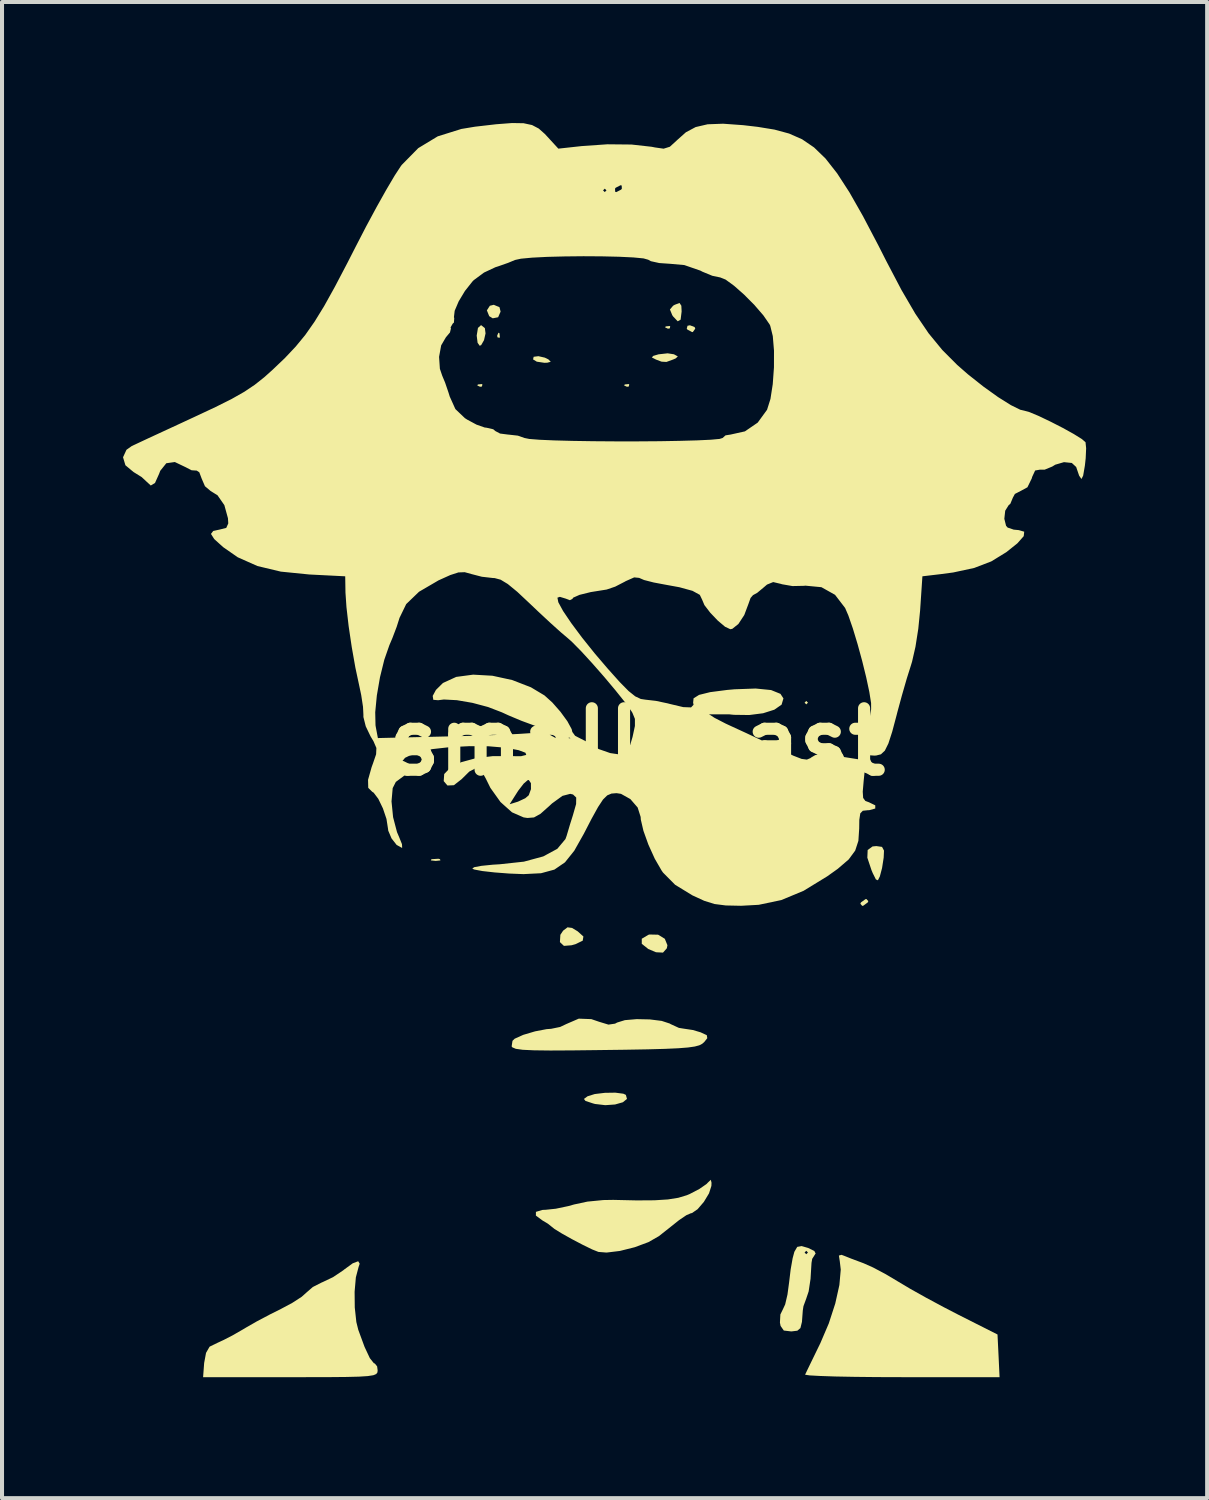
<source format=kicad_pcb>
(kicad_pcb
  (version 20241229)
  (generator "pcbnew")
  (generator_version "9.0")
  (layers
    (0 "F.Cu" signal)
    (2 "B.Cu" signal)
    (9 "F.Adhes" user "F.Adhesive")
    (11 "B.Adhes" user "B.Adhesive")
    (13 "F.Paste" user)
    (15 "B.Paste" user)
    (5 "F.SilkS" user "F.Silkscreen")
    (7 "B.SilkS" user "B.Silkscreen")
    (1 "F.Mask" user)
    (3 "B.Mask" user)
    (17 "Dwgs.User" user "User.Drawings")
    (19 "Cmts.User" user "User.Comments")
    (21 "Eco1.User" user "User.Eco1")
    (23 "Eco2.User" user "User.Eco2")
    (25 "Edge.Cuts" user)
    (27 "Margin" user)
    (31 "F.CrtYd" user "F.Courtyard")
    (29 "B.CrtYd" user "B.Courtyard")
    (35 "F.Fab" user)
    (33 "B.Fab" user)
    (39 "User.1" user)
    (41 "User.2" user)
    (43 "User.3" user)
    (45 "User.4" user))
  (footprint "small_East"
    (layer "F.Cu")
    (at 12.747 15.343)
    (property "Reference" "small_East" (at 0 0 0) (layer "F.SilkS") (effects (font (size 1.524 1.524) (thickness 0.3))))
    (attr board_only exclude_from_pos_files exclude_from_bom)
    (fp_poly (pts (xy 4.233 -0.974) (xy 4.191 -0.931) (xy 4.149 -0.974) (xy 4.191 -1.016)) (stroke (width 0) (type solid)) (fill yes) (layer "F.SilkS"))
    (fp_poly (pts (xy -4.889 2.907) (xy -4.879 2.938) (xy -4.995 2.95) (xy -5.116 2.937) (xy -5.101 2.907) (xy -4.928 2.896)) (stroke (width 0) (type solid)) (fill yes) (layer "F.SilkS"))
    (fp_poly (pts (xy -3.838 -8.862) (xy -3.85 -8.811) (xy -3.895 -8.805) (xy -3.964 -8.836) (xy -3.951 -8.862) (xy -3.851 -8.872)) (stroke (width 0) (type solid)) (fill yes) (layer "F.SilkS"))
    (fp_poly (pts (xy -3.415 -10.132) (xy -3.405 -10.031) (xy -3.415 -10.019) (xy -3.465 -10.031) (xy -3.471 -10.075) (xy -3.44 -10.145)) (stroke (width 0) (type solid)) (fill yes) (layer "F.SilkS"))
    (fp_poly (pts (xy -0.198 -8.862) (xy -0.209 -8.811) (xy -0.254 -8.805) (xy -0.324 -8.836) (xy -0.31 -8.862) (xy -0.21 -8.872)) (stroke (width 0) (type solid)) (fill yes) (layer "F.SilkS"))
    (fp_poly (pts (xy 0.818 -10.301) (xy 0.807 -10.251) (xy 0.762 -10.245) (xy 0.692 -10.276) (xy 0.706 -10.301) (xy 0.806 -10.311)) (stroke (width 0) (type solid)) (fill yes) (layer "F.SilkS"))
    (fp_poly (pts (xy -3.414 -10.777) (xy -3.387 -10.668) (xy -3.448 -10.528) (xy -3.582 -10.502) (xy -3.669 -10.555) (xy -3.727 -10.699) (xy -3.653 -10.813) (xy -3.556 -10.837)) (stroke (width 0) (type solid)) (fill yes) (layer "F.SilkS"))
    (fp_poly (pts (xy 1.423 -10.285) (xy 1.439 -10.245) (xy 1.379 -10.162) (xy 1.36 -10.16) (xy 1.245 -10.222) (xy 1.228 -10.245) (xy 1.247 -10.317) (xy 1.307 -10.329)) (stroke (width 0) (type solid)) (fill yes) (layer "F.SilkS"))
    (fp_poly (pts (xy 5.729 3.947) (xy 5.715 3.979) (xy 5.603 4.061) (xy 5.578 4.064) (xy 5.532 4.012) (xy 5.546 3.979) (xy 5.658 3.898) (xy 5.683 3.895)) (stroke (width 0) (type solid)) (fill yes) (layer "F.SilkS"))
    (fp_poly (pts (xy -2.291 -9.527) (xy -2.201 -9.483) (xy -2.143 -9.424) (xy -2.231 -9.401) (xy -2.302 -9.399) (xy -2.49 -9.427) (xy -2.582 -9.483) (xy -2.567 -9.548) (xy -2.45 -9.563)) (stroke (width 0) (type solid)) (fill yes) (layer "F.SilkS"))
    (fp_poly (pts (xy -3.777 -10.259) (xy -3.76 -10.128) (xy -3.798 -9.96) (xy -3.868 -9.838) (xy -3.905 -9.821) (xy -3.957 -9.895) (xy -3.979 -10.072) (xy -3.979 -10.075) (xy -3.948 -10.264) (xy -3.871 -10.333)) (stroke (width 0) (type solid)) (fill yes) (layer "F.SilkS"))
    (fp_poly (pts (xy 1.094 -10.814) (xy 1.101 -10.671) (xy 1.076 -10.468) (xy 1.004 -10.428) (xy 0.888 -10.55) (xy 0.868 -10.581) (xy 0.811 -10.721) (xy 0.89 -10.814) (xy 0.932 -10.838) (xy 1.049 -10.882)) (stroke (width 0) (type solid)) (fill yes) (layer "F.SilkS"))
    (fp_poly (pts (xy 0.519 4.779) (xy 0.684 4.88) (xy 0.749 5.04) (xy 0.734 5.116) (xy 0.639 5.223) (xy 0.466 5.214) (xy 0.275 5.134) (xy 0.113 5.005) (xy 0.113 4.879) (xy 0.274 4.783) (xy 0.303 4.774)) (stroke (width 0) (type solid)) (fill yes) (layer "F.SilkS"))
    (fp_poly (pts (xy 0.91 -9.61) (xy 1.007 -9.557) (xy 0.954 -9.508) (xy 0.889 -9.48) (xy 0.724 -9.42) (xy 0.603 -9.427) (xy 0.466 -9.479) (xy 0.362 -9.532) (xy 0.399 -9.571) (xy 0.529 -9.609) (xy 0.754 -9.634)) (stroke (width 0) (type solid)) (fill yes) (layer "F.SilkS"))
    (fp_poly (pts (xy -1.616 4.611) (xy -1.478 4.694) (xy -1.334 4.823) (xy -1.351 4.927) (xy -1.531 5.014) (xy -1.629 5.041) (xy -1.817 5.056) (xy -1.911 4.968) (xy -1.916 4.955) (xy -1.905 4.781) (xy -1.837 4.679) (xy -1.728 4.596)) (stroke (width 0) (type solid)) (fill yes) (layer "F.SilkS"))
    (fp_poly (pts (xy 6.069 2.602) (xy 6.118 2.694) (xy 6.11 2.869) (xy 6.07 3.126) (xy 6.015 3.335) (xy 5.967 3.43) (xy 5.917 3.409) (xy 5.839 3.253) (xy 5.808 3.179) (xy 5.705 2.87) (xy 5.713 2.679) (xy 5.834 2.591) (xy 5.928 2.582)) (stroke (width 0) (type solid)) (fill yes) (layer "F.SilkS"))
    (fp_poly (pts (xy -0.343 8.721) (xy -0.281 8.75) (xy -0.254 8.85) (xy -0.356 8.933) (xy -0.549 8.988) (xy -0.792 9.005) (xy -1.047 8.975) (xy -1.098 8.961) (xy -1.282 8.9) (xy -1.321 8.851) (xy -1.236 8.788) (xy -1.229 8.784) (xy -1.052 8.729) (xy -0.801 8.699) (xy -0.542 8.695)) (stroke (width 0) (type solid)) (fill yes) (layer "F.SilkS"))
    (fp_poly (pts (xy 5.13 12.739) (xy 5.315 12.813) (xy 5.564 12.906) (xy 5.612 12.924) (xy 5.848 13.029) (xy 6.157 13.193) (xy 6.471 13.38) (xy 6.768 13.557) (xy 7.162 13.778) (xy 7.6 14.013) (xy 7.971 14.205) (xy 8.932 14.69) (xy 8.958 15.219) (xy 8.983 15.748) (xy 6.559 15.748) (xy 5.939 15.746) (xy 5.38 15.74) (xy 4.903 15.731) (xy 4.527 15.718) (xy 4.274 15.704) (xy 4.165 15.688) (xy 4.163 15.684) (xy 4.21 15.585) (xy 4.314 15.37) (xy 4.456 15.078) (xy 4.542 14.901) (xy 4.75 14.414) (xy 4.91 13.921) (xy 5.012 13.463) (xy 5.046 13.081) (xy 5.022 12.876) (xy 5 12.733) (xy 5.065 12.715)) (stroke (width 0) (type solid)) (fill yes) (layer "F.SilkS"))
    (fp_poly (pts (xy 4.238 12.545) (xy 4.391 12.62) (xy 4.424 12.685) (xy 4.415 12.693) (xy 4.338 12.815) (xy 4.321 12.914) (xy 4.297 13.311) (xy 4.25 13.622) (xy 4.189 13.804) (xy 4.121 13.989) (xy 4.105 14.095) (xy 4.084 14.377) (xy 4.046 14.531) (xy 3.97 14.596) (xy 3.833 14.613) (xy 3.818 14.614) (xy 3.634 14.592) (xy 3.555 14.479) (xy 3.538 14.396) (xy 3.549 14.193) (xy 3.608 14.073) (xy 3.668 13.944) (xy 3.725 13.699) (xy 3.765 13.402) (xy 3.804 13.078) (xy 3.853 12.8) (xy 3.891 12.658) (xy 4.149 12.658) (xy 4.191 12.7) (xy 4.233 12.658) (xy 4.191 12.615) (xy 4.149 12.658) (xy 3.891 12.658) (xy 3.896 12.64) (xy 3.967 12.518) (xy 4.076 12.498)) (stroke (width 0) (type solid)) (fill yes) (layer "F.SilkS"))
    (fp_poly (pts (xy -1.137 6.872) (xy -0.943 6.938) (xy -0.713 7.008) (xy -0.549 6.984) (xy -0.499 6.957) (xy -0.305 6.897) (xy -0.013 6.872) (xy 0.312 6.879) (xy 0.607 6.916) (xy 0.808 6.982) (xy 0.824 6.993) (xy 1.033 7.089) (xy 1.159 7.109) (xy 1.38 7.142) (xy 1.572 7.199) (xy 1.725 7.27) (xy 1.737 7.344) (xy 1.664 7.437) (xy 1.612 7.483) (xy 1.539 7.521) (xy 1.427 7.551) (xy 1.259 7.575) (xy 1.019 7.594) (xy 0.689 7.609) (xy 0.252 7.621) (xy -0.308 7.631) (xy -1.008 7.64) (xy -1.598 7.647) (xy -2.153 7.65) (xy -2.56 7.645) (xy -2.838 7.632) (xy -3.01 7.608) (xy -3.096 7.571) (xy -3.113 7.548) (xy -3.092 7.41) (xy -3.039 7.358) (xy -2.826 7.262) (xy -2.532 7.175) (xy -2.245 7.12) (xy -2.135 7.112) (xy -1.911 7.066) (xy -1.754 6.992) (xy -1.449 6.86)) (stroke (width 0) (type solid)) (fill yes) (layer "F.SilkS"))
    (fp_poly (pts (xy 1.842 10.927) (xy 1.839 11.007) (xy 1.78 11.191) (xy 1.652 11.403) (xy 1.497 11.584) (xy 1.357 11.68) (xy 1.332 11.684) (xy 1.218 11.733) (xy 1.042 11.852) (xy 1.014 11.874) (xy 0.768 12.07) (xy 0.536 12.253) (xy 0.279 12.4) (xy -0.063 12.527) (xy -0.43 12.619) (xy -0.76 12.659) (xy -0.962 12.643) (xy -1.117 12.581) (xy -1.352 12.466) (xy -1.619 12.326) (xy -1.869 12.186) (xy -2.052 12.073) (xy -2.117 12.021) (xy -2.218 11.941) (xy -2.349 11.863) (xy -2.512 11.742) (xy -2.511 11.65) (xy -2.351 11.602) (xy -2.265 11.598) (xy -2.018 11.572) (xy -1.708 11.507) (xy -1.566 11.467) (xy -1.235 11.396) (xy -0.839 11.357) (xy -0.593 11.353) (xy -0.013 11.366) (xy 0.429 11.363) (xy 0.762 11.342) (xy 1.019 11.301) (xy 1.228 11.238) (xy 1.3 11.208) (xy 1.538 11.084) (xy 1.716 10.961) (xy 1.752 10.924) (xy 1.824 10.855)) (stroke (width 0) (type solid)) (fill yes) (layer "F.SilkS"))
    (fp_poly (pts (xy -6.88 12.935) (xy -6.908 13.018) (xy -6.975 13.274) (xy -7.006 13.63) (xy -7.002 14.021) (xy -6.963 14.381) (xy -6.915 14.574) (xy -6.759 14.998) (xy -6.628 15.277) (xy -6.528 15.403) (xy -6.506 15.409) (xy -6.448 15.48) (xy -6.435 15.579) (xy -6.44 15.63) (xy -6.47 15.67) (xy -6.543 15.7) (xy -6.678 15.721) (xy -6.895 15.735) (xy -7.214 15.743) (xy -7.653 15.747) (xy -8.232 15.748) (xy -8.599 15.748) (xy -10.762 15.748) (xy -10.736 15.397) (xy -10.689 15.145) (xy -10.602 14.994) (xy -10.583 14.983) (xy -10.41 14.899) (xy -10.245 14.822) (xy -10.039 14.716) (xy -9.781 14.568) (xy -9.694 14.516) (xy -9.432 14.366) (xy -9.097 14.189) (xy -8.833 14.057) (xy -8.549 13.905) (xy -8.319 13.756) (xy -8.198 13.648) (xy -8.041 13.512) (xy -7.816 13.398) (xy -7.804 13.394) (xy -7.542 13.269) (xy -7.285 13.097) (xy -7.269 13.083) (xy -7.052 12.925) (xy -6.917 12.874)) (stroke (width 0) (type solid)) (fill yes) (layer "F.SilkS"))
    (fp_poly (pts (xy -2.817 -15.338) (xy -2.607 -15.293) (xy -2.441 -15.206) (xy -2.289 -15.071) (xy -2.238 -15.016) (xy -1.955 -14.708) (xy -1.38 -14.771) (xy -0.739 -14.816) (xy -0.141 -14.81) (xy 0.36 -14.754) (xy 0.439 -14.738) (xy 0.655 -14.707) (xy 0.809 -14.755) (xy 0.979 -14.91) (xy 0.989 -14.92) (xy 1.207 -15.114) (xy 1.449 -15.243) (xy 1.746 -15.312) (xy 2.129 -15.326) (xy 2.627 -15.29) (xy 2.987 -15.248) (xy 3.404 -15.18) (xy 3.766 -15.082) (xy 4.088 -14.94) (xy 4.384 -14.738) (xy 4.669 -14.462) (xy 4.956 -14.096) (xy 5.26 -13.627) (xy 5.595 -13.038) (xy 5.975 -12.315) (xy 6.177 -11.917) (xy 6.553 -11.201) (xy 6.895 -10.615) (xy 7.224 -10.13) (xy 7.563 -9.717) (xy 7.932 -9.347) (xy 8.197 -9.115) (xy 8.582 -8.81) (xy 8.946 -8.549) (xy 9.261 -8.351) (xy 9.496 -8.235) (xy 9.592 -8.213) (xy 9.728 -8.175) (xy 9.961 -8.077) (xy 10.249 -7.939) (xy 10.55 -7.785) (xy 10.822 -7.634) (xy 11.024 -7.508) (xy 11.114 -7.43) (xy 11.114 -7.429) (xy 11.129 -7.281) (xy 11.118 -7.031) (xy 11.098 -6.85) (xy 11.055 -6.601) (xy 11.013 -6.518) (xy 10.956 -6.6) (xy 10.882 -6.816) (xy 10.774 -6.916) (xy 10.58 -6.936) (xy 10.364 -6.873) (xy 10.289 -6.827) (xy 10.102 -6.75) (xy 9.985 -6.75) (xy 9.865 -6.729) (xy 9.791 -6.57) (xy 9.782 -6.535) (xy 9.674 -6.313) (xy 9.52 -6.229) (xy 9.363 -6.148) (xy 9.313 -6.056) (xy 9.25 -5.904) (xy 9.207 -5.867) (xy 9.123 -5.732) (xy 9.101 -5.532) (xy 9.144 -5.358) (xy 9.183 -5.314) (xy 9.334 -5.263) (xy 9.459 -5.251) (xy 9.594 -5.212) (xy 9.582 -5.101) (xy 9.424 -4.923) (xy 9.15 -4.704) (xy 8.777 -4.475) (xy 8.354 -4.313) (xy 7.834 -4.201) (xy 7.535 -4.161) (xy 7.07 -4.106) (xy 7.013 -3.257) (xy 6.968 -2.805) (xy 6.898 -2.359) (xy 6.814 -1.991) (xy 6.787 -1.902) (xy 6.682 -1.569) (xy 6.562 -1.153) (xy 6.449 -0.737) (xy 6.435 -0.681) (xy 6.321 -0.252) (xy 6.227 0.038) (xy 6.139 0.216) (xy 6.042 0.307) (xy 5.923 0.337) (xy 5.877 0.339) (xy 5.762 0.331) (xy 5.703 0.283) (xy 5.689 0.155) (xy 5.708 -0.091) (xy 5.717 -0.191) (xy 5.75 -0.483) (xy 5.78 -0.711) (xy 5.799 -0.812) (xy 5.798 -0.965) (xy 5.754 -1.24) (xy 5.677 -1.601) (xy 5.577 -2.008) (xy 5.463 -2.425) (xy 5.346 -2.812) (xy 5.235 -3.133) (xy 5.154 -3.321) (xy 4.904 -3.647) (xy 4.567 -3.836) (xy 4.17 -3.874) (xy 4.134 -3.87) (xy 3.849 -3.864) (xy 3.589 -3.909) (xy 3.566 -3.917) (xy 3.371 -3.963) (xy 3.218 -3.901) (xy 3.128 -3.824) (xy 2.974 -3.696) (xy 2.874 -3.641) (xy 2.872 -3.641) (xy 2.81 -3.569) (xy 2.757 -3.42) (xy 2.654 -3.146) (xy 2.509 -2.925) (xy 2.358 -2.804) (xy 2.309 -2.794) (xy 2.178 -2.855) (xy 1.997 -3.008) (xy 1.811 -3.203) (xy 1.666 -3.392) (xy 1.609 -3.527) (xy 1.552 -3.646) (xy 1.37 -3.746) (xy 1.046 -3.835) (xy 0.711 -3.896) (xy 0.408 -3.953) (xy 0.17 -4.014) (xy 0.05 -4.066) (xy 0.049 -4.067) (xy -0.075 -4.079) (xy -0.283 -3.987) (xy -0.309 -3.972) (xy -0.545 -3.85) (xy -0.757 -3.778) (xy -0.781 -3.774) (xy -1.151 -3.715) (xy -1.43 -3.646) (xy -1.586 -3.577) (xy -1.609 -3.544) (xy -1.669 -3.514) (xy -1.773 -3.553) (xy -1.918 -3.597) (xy -1.978 -3.576) (xy -1.956 -3.463) (xy -1.838 -3.246) (xy -1.636 -2.947) (xy -1.368 -2.587) (xy -1.048 -2.188) (xy -0.731 -1.817) (xy -0.432 -1.483) (xy -0.213 -1.261) (xy -0.048 -1.129) (xy 0.089 -1.065) (xy 0.2 -1.048) (xy 0.462 -1.018) (xy 0.76 -0.955) (xy 0.804 -0.943) (xy 1.141 -0.863) (xy 1.335 -0.856) (xy 1.397 -0.922) (xy 1.386 -0.972) (xy 1.397 -1.081) (xy 1.533 -1.166) (xy 1.807 -1.234) (xy 2.231 -1.289) (xy 2.413 -1.305) (xy 2.937 -1.324) (xy 3.319 -1.286) (xy 3.551 -1.192) (xy 3.625 -1.079) (xy 3.579 -0.924) (xy 3.399 -0.799) (xy 3.121 -0.711) (xy 2.777 -0.667) (xy 2.403 -0.672) (xy 2.032 -0.735) (xy 1.968 -0.753) (xy 1.759 -0.8) (xy 1.688 -0.782) (xy 1.745 -0.71) (xy 1.917 -0.597) (xy 2.194 -0.454) (xy 2.306 -0.402) (xy 2.704 -0.219) (xy 3.154 -0.006) (xy 3.551 0.188) (xy 3.87 0.341) (xy 4.076 0.421) (xy 4.206 0.438) (xy 4.295 0.401) (xy 4.314 0.385) (xy 4.414 0.326) (xy 4.566 0.308) (xy 4.813 0.328) (xy 5.056 0.363) (xy 5.666 0.46) (xy 5.615 0.954) (xy 5.591 1.233) (xy 5.601 1.388) (xy 5.656 1.463) (xy 5.745 1.496) (xy 5.902 1.572) (xy 5.901 1.651) (xy 5.747 1.693) (xy 5.715 1.693) (xy 5.593 1.706) (xy 5.53 1.771) (xy 5.506 1.932) (xy 5.503 2.148) (xy 5.483 2.452) (xy 5.404 2.694) (xy 5.243 2.913) (xy 4.973 3.145) (xy 4.712 3.331) (xy 4.124 3.691) (xy 3.573 3.92) (xy 3.012 4.038) (xy 2.575 4.062) (xy 2.196 4.054) (xy 1.915 4.018) (xy 1.66 3.938) (xy 1.367 3.803) (xy 0.939 3.541) (xy 0.64 3.239) (xy 0.605 3.189) (xy 0.435 2.895) (xy 0.277 2.546) (xy 0.154 2.203) (xy 0.089 1.924) (xy 0.085 1.859) (xy 0.011 1.626) (xy -0.17 1.417) (xy -0.402 1.287) (xy -0.512 1.27) (xy -0.637 1.28) (xy -0.742 1.324) (xy -0.848 1.428) (xy -0.971 1.615) (xy -1.133 1.908) (xy -1.327 2.283) (xy -1.561 2.698) (xy -1.791 2.985) (xy -2.053 3.165) (xy -2.384 3.255) (xy -2.821 3.277) (xy -3.172 3.263) (xy -3.537 3.235) (xy -3.838 3.201) (xy -4.036 3.164) (xy -4.089 3.142) (xy -4.044 3.106) (xy -3.863 3.072) (xy -3.577 3.043) (xy -3.41 3.033) (xy -2.809 2.968) (xy -2.329 2.838) (xy -1.981 2.65) (xy -1.779 2.408) (xy -1.75 2.328) (xy -1.667 2.048) (xy -1.595 1.82) (xy -1.515 1.54) (xy -1.512 1.379) (xy -1.591 1.303) (xy -1.661 1.287) (xy -1.853 1.337) (xy -2.112 1.525) (xy -2.184 1.592) (xy -2.399 1.783) (xy -2.559 1.872) (xy -2.722 1.885) (xy -2.816 1.871) (xy -3.104 1.745) (xy -3.328 1.545) (xy -3.163 1.545) (xy -2.957 1.481) (xy -2.775 1.396) (xy -2.689 1.322) (xy -2.634 1.171) (xy -2.635 1.022) (xy -2.687 0.945) (xy -2.714 0.947) (xy -2.813 1.032) (xy -2.948 1.207) (xy -2.983 1.261) (xy -3.163 1.545) (xy -3.328 1.545) (xy -3.39 1.489) (xy -3.64 1.139) (xy -3.755 0.906) (xy -3.868 0.704) (xy -3.996 0.647) (xy -4.163 0.735) (xy -4.353 0.923) (xy -4.545 1.073) (xy -4.705 1.08) (xy -4.797 0.971) (xy -4.785 0.796) (xy -4.631 0.636) (xy -4.362 0.502) (xy -4.003 0.404) (xy -3.581 0.352) (xy -3.168 0.352) (xy -2.881 0.354) (xy -2.751 0.322) (xy -2.771 0.268) (xy -2.938 0.205) (xy -3.243 0.146) (xy -3.267 0.143) (xy -3.684 0.108) (xy -4.159 0.105) (xy -4.642 0.129) (xy -5.08 0.178) (xy -5.424 0.249) (xy -5.533 0.286) (xy -5.756 0.394) (xy -5.829 0.484) (xy -5.765 0.584) (xy -5.694 0.641) (xy -5.605 0.723) (xy -5.646 0.782) (xy -5.776 0.837) (xy -5.984 0.991) (xy -6.062 1.145) (xy -6.091 1.474) (xy -6.052 1.866) (xy -5.955 2.236) (xy -5.902 2.36) (xy -5.832 2.534) (xy -5.827 2.622) (xy -5.835 2.625) (xy -5.963 2.555) (xy -6.091 2.391) (xy -6.172 2.2) (xy -6.181 2.133) (xy -6.216 1.909) (xy -6.304 1.648) (xy -6.418 1.412) (xy -6.533 1.259) (xy -6.568 1.237) (xy -6.668 1.138) (xy -6.673 0.939) (xy -6.584 0.624) (xy -6.552 0.537) (xy -6.473 0.306) (xy -6.466 0.15) (xy -6.538 -0.017) (xy -6.611 -0.139) (xy -6.73 -0.387) (xy -6.788 -0.618) (xy -6.788 -0.673) (xy -6.791 -0.736) (xy -6.495 -0.736) (xy -6.488 -0.415) (xy -6.482 -0.376) (xy -6.429 -0.096) (xy -4.421 -0.143) (xy -3.853 -0.159) (xy -3.342 -0.178) (xy -2.911 -0.2) (xy -2.585 -0.222) (xy -2.388 -0.243) (xy -2.342 -0.255) (xy -2.347 -0.269) (xy -2.197 -0.269) (xy -2.162 -0.175) (xy -2.044 -0.109) (xy -1.879 -0.088) (xy -1.651 -0.092) (xy -1.905 -0.203) (xy -2.117 -0.282) (xy -2.197 -0.269) (xy -2.347 -0.269) (xy -2.367 -0.317) (xy -2.517 -0.396) (xy -2.596 -0.423) (xy -2.865 -0.522) (xy -3.19 -0.658) (xy -3.358 -0.735) (xy -3.696 -0.865) (xy -4.086 -0.969) (xy -4.471 -1.035) (xy -4.793 -1.052) (xy -4.935 -1.034) (xy -5.055 -1.044) (xy -5.07 -1.141) (xy -4.99 -1.289) (xy -4.827 -1.451) (xy -4.808 -1.465) (xy -4.487 -1.612) (xy -4.067 -1.668) (xy -3.59 -1.641) (xy -3.098 -1.534) (xy -2.634 -1.354) (xy -2.299 -1.153) (xy -2.105 -0.978) (xy -1.903 -0.748) (xy -1.731 -0.512) (xy -1.625 -0.317) (xy -1.609 -0.248) (xy -1.54 -0.153) (xy -1.46 -0.111) (xy -1.263 -0.011) (xy -1.185 0.044) (xy -0.957 0.176) (xy -0.671 0.276) (xy -0.417 0.314) (xy -0.386 0.312) (xy -0.267 0.251) (xy -0.173 0.071) (xy -0.115 -0.126) (xy -0.057 -0.395) (xy -0.057 -0.571) (xy -0.118 -0.72) (xy -0.143 -0.761) (xy -0.303 -0.984) (xy -0.54 -1.28) (xy -0.821 -1.615) (xy -1.115 -1.95) (xy -1.39 -2.25) (xy -1.613 -2.476) (xy -1.716 -2.568) (xy -1.893 -2.718) (xy -2.151 -2.95) (xy -2.45 -3.228) (xy -2.655 -3.423) (xy -2.974 -3.722) (xy -3.209 -3.915) (xy -3.386 -4.022) (xy -3.535 -4.062) (xy -3.58 -4.064) (xy -3.852 -4.095) (xy -4.114 -4.163) (xy -4.276 -4.208) (xy -4.433 -4.202) (xy -4.634 -4.137) (xy -4.933 -4.002) (xy -4.933 -4.001) (xy -5.409 -3.723) (xy -5.727 -3.417) (xy -5.894 -3.073) (xy -5.899 -3.055) (xy -5.963 -2.854) (xy -6.069 -2.575) (xy -6.145 -2.396) (xy -6.27 -2.037) (xy -6.377 -1.603) (xy -6.455 -1.151) (xy -6.495 -0.736) (xy -6.791 -0.736) (xy -6.798 -0.872) (xy -6.842 -1.161) (xy -6.892 -1.397) (xy -6.987 -1.842) (xy -7.077 -2.352) (xy -7.154 -2.871) (xy -7.208 -3.342) (xy -7.233 -3.709) (xy -7.233 -3.725) (xy -7.239 -4.106) (xy -8.128 -4.151) (xy -8.835 -4.222) (xy -9.416 -4.361) (xy -9.904 -4.578) (xy -10.266 -4.83) (xy -10.487 -5.03) (xy -10.567 -5.157) (xy -10.511 -5.23) (xy -10.351 -5.265) (xy -10.188 -5.306) (xy -10.138 -5.417) (xy -10.146 -5.546) (xy -10.235 -5.87) (xy -10.405 -6.115) (xy -10.575 -6.22) (xy -10.716 -6.339) (xy -10.796 -6.524) (xy -10.856 -6.684) (xy -10.925 -6.729) (xy -10.929 -6.727) (xy -11.048 -6.735) (xy -11.195 -6.811) (xy -11.463 -6.939) (xy -11.674 -6.909) (xy -11.824 -6.722) (xy -11.853 -6.646) (xy -11.955 -6.419) (xy -12.059 -6.357) (xy -12.167 -6.456) (xy -12.285 -6.566) (xy -12.48 -6.687) (xy -12.488 -6.692) (xy -12.688 -6.859) (xy -12.747 -7.057) (xy -12.662 -7.242) (xy -12.531 -7.335) (xy -12.386 -7.403) (xy -12.117 -7.529) (xy -11.754 -7.697) (xy -11.328 -7.894) (xy -10.975 -8.058) (xy -10.452 -8.303) (xy -10.051 -8.504) (xy -9.739 -8.681) (xy -9.48 -8.855) (xy -9.241 -9.045) (xy -9.036 -9.229) (xy -8.731 -9.52) (xy -8.707 -9.546) (xy -4.912 -9.546) (xy -4.892 -9.25) (xy -4.834 -9.079) (xy -4.763 -8.909) (xy -4.677 -8.657) (xy -4.648 -8.563) (xy -4.508 -8.252) (xy -4.272 -8.027) (xy -4.218 -7.992) (xy -3.984 -7.866) (xy -3.782 -7.795) (xy -3.732 -7.789) (xy -3.569 -7.751) (xy -3.514 -7.705) (xy -3.4 -7.645) (xy -3.198 -7.619) (xy -3.191 -7.619) (xy -2.959 -7.593) (xy -2.794 -7.535) (xy -2.676 -7.511) (xy -2.421 -7.491) (xy -2.055 -7.475) (xy -1.602 -7.463) (xy -1.088 -7.455) (xy -0.54 -7.451) (xy 0.017 -7.451) (xy 0.558 -7.455) (xy 1.056 -7.464) (xy 1.487 -7.476) (xy 1.825 -7.492) (xy 2.043 -7.512) (xy 2.117 -7.535) (xy 2.189 -7.6) (xy 2.315 -7.62) (xy 2.67 -7.699) (xy 2.987 -7.916) (xy 3.219 -8.235) (xy 3.303 -8.502) (xy 3.36 -8.87) (xy 3.39 -9.286) (xy 3.391 -9.7) (xy 3.361 -10.061) (xy 3.298 -10.317) (xy 3.281 -10.352) (xy 3.127 -10.575) (xy 2.905 -10.832) (xy 2.652 -11.087) (xy 2.402 -11.308) (xy 2.191 -11.462) (xy 2.058 -11.515) (xy 1.862 -11.556) (xy 1.617 -11.657) (xy 1.566 -11.684) (xy 1.167 -11.822) (xy 0.819 -11.853) (xy 0.546 -11.872) (xy 0.338 -11.918) (xy 0.271 -11.955) (xy 0.156 -11.987) (xy -0.095 -12.011) (xy -0.448 -12.028) (xy -0.872 -12.038) (xy -1.333 -12.041) (xy -1.797 -12.036) (xy -2.232 -12.025) (xy -2.604 -12.006) (xy -2.881 -11.98) (xy -3.029 -11.948) (xy -3.029 -11.948) (xy -3.202 -11.876) (xy -3.45 -11.789) (xy -3.514 -11.769) (xy -3.798 -11.636) (xy -4.052 -11.448) (xy -4.082 -11.418) (xy -4.27 -11.181) (xy -4.426 -10.922) (xy -4.525 -10.689) (xy -4.544 -10.529) (xy -4.536 -10.509) (xy -4.544 -10.396) (xy -4.572 -10.372) (xy -4.627 -10.277) (xy -4.618 -10.25) (xy -4.642 -10.151) (xy -4.743 -10.031) (xy -4.86 -9.831) (xy -4.912 -9.546) (xy -8.707 -9.546) (xy -8.469 -9.798) (xy -8.231 -10.087) (xy -8.001 -10.415) (xy -7.761 -10.805) (xy -7.495 -11.284) (xy -7.184 -11.877) (xy -6.987 -12.263) (xy -6.722 -12.776) (xy -6.46 -13.262) (xy -6.229 -13.674) (xy -0.847 -13.674) (xy -0.804 -13.631) (xy -0.762 -13.674) (xy -0.804 -13.716) (xy -0.55 -13.716) (xy -0.546 -13.638) (xy -0.518 -13.631) (xy -0.398 -13.693) (xy -0.381 -13.716) (xy -0.385 -13.794) (xy -0.413 -13.801) (xy -0.533 -13.739) (xy -0.55 -13.716) (xy -0.804 -13.716) (xy -0.847 -13.674) (xy -6.229 -13.674) (xy -6.218 -13.693) (xy -6.014 -14.039) (xy -5.863 -14.27) (xy -5.837 -14.305) (xy -5.428 -14.721) (xy -4.945 -15.013) (xy -4.36 -15.196) (xy -4.022 -15.252) (xy -3.494 -15.313) (xy -3.102 -15.343)) (stroke (width 0) (type solid)) (fill yes) (layer "F.SilkS")))
  (gr_rect
    (start -3 -3)
    (end 26.876 34.091)
    (stroke (width 0.1) (type default))
    (fill no)
    (layer "Edge.Cuts")))
</source>
